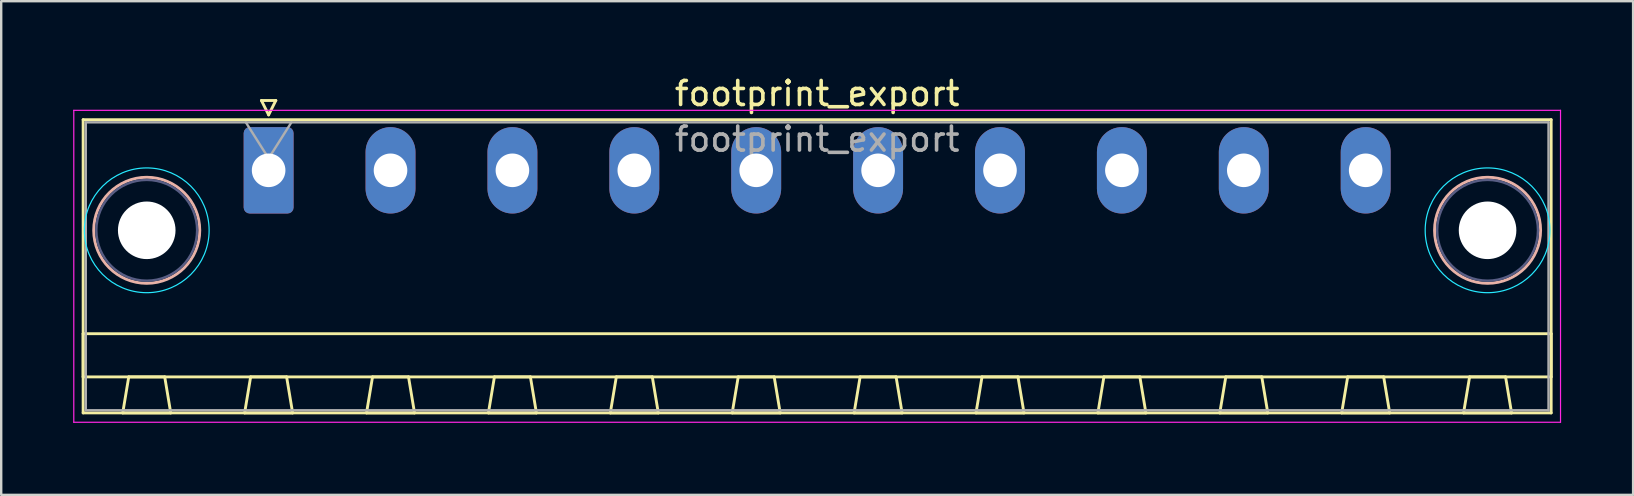
<source format=kicad_pcb>
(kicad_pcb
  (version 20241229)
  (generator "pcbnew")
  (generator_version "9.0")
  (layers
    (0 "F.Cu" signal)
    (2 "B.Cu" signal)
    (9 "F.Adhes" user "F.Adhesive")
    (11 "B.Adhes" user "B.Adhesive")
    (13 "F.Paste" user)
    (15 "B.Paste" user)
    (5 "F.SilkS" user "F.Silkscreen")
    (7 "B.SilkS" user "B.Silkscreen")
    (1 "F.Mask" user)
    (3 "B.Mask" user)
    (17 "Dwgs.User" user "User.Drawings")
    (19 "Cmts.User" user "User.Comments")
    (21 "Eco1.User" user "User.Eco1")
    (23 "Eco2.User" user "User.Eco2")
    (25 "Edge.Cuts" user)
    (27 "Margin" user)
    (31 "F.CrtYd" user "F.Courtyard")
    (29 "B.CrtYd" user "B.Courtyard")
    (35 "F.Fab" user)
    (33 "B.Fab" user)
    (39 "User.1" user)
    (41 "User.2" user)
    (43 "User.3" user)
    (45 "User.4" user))
  (footprint "footprint_export"
    (layer "F.Cu")
    (at 8.145 4.048)
    (property "Reference" "footprint_export" (at 22.86 -3.2 0) (layer "F.SilkS") (effects (font (size 1 1) (thickness 0.15))))
    (attr through_hole)
    (fp_line (start -7.73 -2.11) (end -7.73 10.11) (stroke (width 0.12) (type solid)) (layer "F.SilkS"))
    (fp_line (start -7.73 6.81) (end 53.45 6.81) (stroke (width 0.12) (type solid)) (layer "F.SilkS"))
    (fp_line (start -7.73 8.61) (end -7.73 6.81) (stroke (width 0.12) (type solid)) (layer "F.SilkS"))
    (fp_line (start -7.73 10.11) (end 53.45 10.11) (stroke (width 0.12) (type solid)) (layer "F.SilkS"))
    (fp_line (start -6.08 10.11) (end -4.08 10.11) (stroke (width 0.12) (type solid)) (layer "F.SilkS"))
    (fp_line (start -5.83 8.61) (end -6.08 10.11) (stroke (width 0.12) (type solid)) (layer "F.SilkS"))
    (fp_line (start -4.33 8.61) (end -5.83 8.61) (stroke (width 0.12) (type solid)) (layer "F.SilkS"))
    (fp_line (start -4.08 10.11) (end -4.33 8.61) (stroke (width 0.12) (type solid)) (layer "F.SilkS"))
    (fp_line (start -1 10.11) (end 1 10.11) (stroke (width 0.12) (type solid)) (layer "F.SilkS"))
    (fp_line (start -0.75 8.61) (end -1 10.11) (stroke (width 0.12) (type solid)) (layer "F.SilkS"))
    (fp_line (start -0.3 -2.91) (end 0.3 -2.91) (stroke (width 0.12) (type solid)) (layer "F.SilkS"))
    (fp_line (start 0 -2.31) (end -0.3 -2.91) (stroke (width 0.12) (type solid)) (layer "F.SilkS"))
    (fp_line (start 0.3 -2.91) (end 0 -2.31) (stroke (width 0.12) (type solid)) (layer "F.SilkS"))
    (fp_line (start 0.75 8.61) (end -0.75 8.61) (stroke (width 0.12) (type solid)) (layer "F.SilkS"))
    (fp_line (start 1 10.11) (end 0.75 8.61) (stroke (width 0.12) (type solid)) (layer "F.SilkS"))
    (fp_line (start 4.08 10.11) (end 6.08 10.11) (stroke (width 0.12) (type solid)) (layer "F.SilkS"))
    (fp_line (start 4.33 8.61) (end 4.08 10.11) (stroke (width 0.12) (type solid)) (layer "F.SilkS"))
    (fp_line (start 5.83 8.61) (end 4.33 8.61) (stroke (width 0.12) (type solid)) (layer "F.SilkS"))
    (fp_line (start 6.08 10.11) (end 5.83 8.61) (stroke (width 0.12) (type solid)) (layer "F.SilkS"))
    (fp_line (start 9.16 10.11) (end 11.16 10.11) (stroke (width 0.12) (type solid)) (layer "F.SilkS"))
    (fp_line (start 9.41 8.61) (end 9.16 10.11) (stroke (width 0.12) (type solid)) (layer "F.SilkS"))
    (fp_line (start 10.91 8.61) (end 9.41 8.61) (stroke (width 0.12) (type solid)) (layer "F.SilkS"))
    (fp_line (start 11.16 10.11) (end 10.91 8.61) (stroke (width 0.12) (type solid)) (layer "F.SilkS"))
    (fp_line (start 14.24 10.11) (end 16.24 10.11) (stroke (width 0.12) (type solid)) (layer "F.SilkS"))
    (fp_line (start 14.49 8.61) (end 14.24 10.11) (stroke (width 0.12) (type solid)) (layer "F.SilkS"))
    (fp_line (start 15.99 8.61) (end 14.49 8.61) (stroke (width 0.12) (type solid)) (layer "F.SilkS"))
    (fp_line (start 16.24 10.11) (end 15.99 8.61) (stroke (width 0.12) (type solid)) (layer "F.SilkS"))
    (fp_line (start 19.32 10.11) (end 21.32 10.11) (stroke (width 0.12) (type solid)) (layer "F.SilkS"))
    (fp_line (start 19.57 8.61) (end 19.32 10.11) (stroke (width 0.12) (type solid)) (layer "F.SilkS"))
    (fp_line (start 21.07 8.61) (end 19.57 8.61) (stroke (width 0.12) (type solid)) (layer "F.SilkS"))
    (fp_line (start 21.32 10.11) (end 21.07 8.61) (stroke (width 0.12) (type solid)) (layer "F.SilkS"))
    (fp_line (start 24.4 10.11) (end 26.4 10.11) (stroke (width 0.12) (type solid)) (layer "F.SilkS"))
    (fp_line (start 24.65 8.61) (end 24.4 10.11) (stroke (width 0.12) (type solid)) (layer "F.SilkS"))
    (fp_line (start 26.15 8.61) (end 24.65 8.61) (stroke (width 0.12) (type solid)) (layer "F.SilkS"))
    (fp_line (start 26.4 10.11) (end 26.15 8.61) (stroke (width 0.12) (type solid)) (layer "F.SilkS"))
    (fp_line (start 29.48 10.11) (end 31.48 10.11) (stroke (width 0.12) (type solid)) (layer "F.SilkS"))
    (fp_line (start 29.73 8.61) (end 29.48 10.11) (stroke (width 0.12) (type solid)) (layer "F.SilkS"))
    (fp_line (start 31.23 8.61) (end 29.73 8.61) (stroke (width 0.12) (type solid)) (layer "F.SilkS"))
    (fp_line (start 31.48 10.11) (end 31.23 8.61) (stroke (width 0.12) (type solid)) (layer "F.SilkS"))
    (fp_line (start 34.56 10.11) (end 36.56 10.11) (stroke (width 0.12) (type solid)) (layer "F.SilkS"))
    (fp_line (start 34.81 8.61) (end 34.56 10.11) (stroke (width 0.12) (type solid)) (layer "F.SilkS"))
    (fp_line (start 36.31 8.61) (end 34.81 8.61) (stroke (width 0.12) (type solid)) (layer "F.SilkS"))
    (fp_line (start 36.56 10.11) (end 36.31 8.61) (stroke (width 0.12) (type solid)) (layer "F.SilkS"))
    (fp_line (start 39.64 10.11) (end 41.64 10.11) (stroke (width 0.12) (type solid)) (layer "F.SilkS"))
    (fp_line (start 39.89 8.61) (end 39.64 10.11) (stroke (width 0.12) (type solid)) (layer "F.SilkS"))
    (fp_line (start 41.39 8.61) (end 39.89 8.61) (stroke (width 0.12) (type solid)) (layer "F.SilkS"))
    (fp_line (start 41.64 10.11) (end 41.39 8.61) (stroke (width 0.12) (type solid)) (layer "F.SilkS"))
    (fp_line (start 44.72 10.11) (end 46.72 10.11) (stroke (width 0.12) (type solid)) (layer "F.SilkS"))
    (fp_line (start 44.97 8.61) (end 44.72 10.11) (stroke (width 0.12) (type solid)) (layer "F.SilkS"))
    (fp_line (start 46.47 8.61) (end 44.97 8.61) (stroke (width 0.12) (type solid)) (layer "F.SilkS"))
    (fp_line (start 46.72 10.11) (end 46.47 8.61) (stroke (width 0.12) (type solid)) (layer "F.SilkS"))
    (fp_line (start 49.8 10.11) (end 51.8 10.11) (stroke (width 0.12) (type solid)) (layer "F.SilkS"))
    (fp_line (start 50.05 8.61) (end 49.8 10.11) (stroke (width 0.12) (type solid)) (layer "F.SilkS"))
    (fp_line (start 51.55 8.61) (end 50.05 8.61) (stroke (width 0.12) (type solid)) (layer "F.SilkS"))
    (fp_line (start 51.8 10.11) (end 51.55 8.61) (stroke (width 0.12) (type solid)) (layer "F.SilkS"))
    (fp_line (start 53.45 -2.11) (end -7.73 -2.11) (stroke (width 0.12) (type solid)) (layer "F.SilkS"))
    (fp_line (start 53.45 6.81) (end 53.45 8.61) (stroke (width 0.12) (type solid)) (layer "F.SilkS"))
    (fp_line (start 53.45 8.61) (end -7.73 8.61) (stroke (width 0.12) (type solid)) (layer "F.SilkS"))
    (fp_line (start 53.45 10.11) (end 53.45 -2.11) (stroke (width 0.12) (type solid)) (layer "F.SilkS"))
    (fp_circle (center -5.08 2.5) (end -2.87 2.5) (stroke (width 0.12) (type solid)) (fill no) (layer "B.SilkS"))
    (fp_circle (center 50.8 2.5) (end 53.01 2.5) (stroke (width 0.12) (type solid)) (fill no) (layer "B.SilkS"))
    (fp_circle (center -5.08 2.5) (end -2.48 2.5) (stroke (width 0.05) (type solid)) (fill no) (layer "B.CrtYd"))
    (fp_circle (center 50.8 2.5) (end 53.4 2.5) (stroke (width 0.05) (type solid)) (fill no) (layer "B.CrtYd"))
    (fp_line (start -8.12 -2.5) (end -8.12 10.5) (stroke (width 0.05) (type solid)) (layer "F.CrtYd"))
    (fp_line (start -8.12 10.5) (end 53.84 10.5) (stroke (width 0.05) (type solid)) (layer "F.CrtYd"))
    (fp_line (start 53.84 -2.5) (end -8.12 -2.5) (stroke (width 0.05) (type solid)) (layer "F.CrtYd"))
    (fp_line (start 53.84 10.5) (end 53.84 -2.5) (stroke (width 0.05) (type solid)) (layer "F.CrtYd"))
    (fp_circle (center -5.08 2.5) (end -2.98 2.5) (stroke (width 0.1) (type solid)) (fill no) (layer "B.Fab"))
    (fp_circle (center 50.8 2.5) (end 52.9 2.5) (stroke (width 0.1) (type solid)) (fill no) (layer "B.Fab"))
    (fp_line (start -7.62 -2) (end -7.62 10) (stroke (width 0.1) (type solid)) (layer "F.Fab"))
    (fp_line (start -7.62 10) (end 53.34 10) (stroke (width 0.1) (type solid)) (layer "F.Fab"))
    (fp_line (start 0 -0.5) (end -0.95 -2) (stroke (width 0.1) (type solid)) (layer "F.Fab"))
    (fp_line (start 0.95 -2) (end 0 -0.5) (stroke (width 0.1) (type solid)) (layer "F.Fab"))
    (fp_line (start 53.34 -2) (end -7.62 -2) (stroke (width 0.1) (type solid)) (layer "F.Fab"))
    (fp_line (start 53.34 10) (end 53.34 -2) (stroke (width 0.1) (type solid)) (layer "F.Fab"))
    (fp_text user "${REFERENCE}" (at 22.86 -1.3 0) (layer "F.Fab") (effects (font (size 1 1) (thickness 0.15))))
    (pad "" np_thru_hole circle (at -5.08 2.5) (size 2.4 2.4) (drill 2.4) (layers "*.Cu" "*.Mask"))
    (pad "" np_thru_hole circle (at 50.8 2.5) (size 2.4 2.4) (drill 2.4) (layers "*.Cu" "*.Mask"))
    (pad "1" thru_hole roundrect (at 0 0) (size 2.08 3.6) (drill 1.4) (layers "*.Cu" "*.Mask") (roundrect_rratio 0.12))
    (pad "2" thru_hole oval (at 5.08 0) (size 2.08 3.6) (drill 1.4) (layers "*.Cu" "*.Mask"))
    (pad "3" thru_hole oval (at 10.16 0) (size 2.08 3.6) (drill 1.4) (layers "*.Cu" "*.Mask"))
    (pad "4" thru_hole oval (at 15.24 0) (size 2.08 3.6) (drill 1.4) (layers "*.Cu" "*.Mask"))
    (pad "5" thru_hole oval (at 20.32 0) (size 2.08 3.6) (drill 1.4) (layers "*.Cu" "*.Mask"))
    (pad "6" thru_hole oval (at 25.4 0) (size 2.08 3.6) (drill 1.4) (layers "*.Cu" "*.Mask"))
    (pad "7" thru_hole oval (at 30.48 0) (size 2.08 3.6) (drill 1.4) (layers "*.Cu" "*.Mask"))
    (pad "8" thru_hole oval (at 35.56 0) (size 2.08 3.6) (drill 1.4) (layers "*.Cu" "*.Mask"))
    (pad "9" thru_hole oval (at 40.64 0) (size 2.08 3.6) (drill 1.4) (layers "*.Cu" "*.Mask"))
    (pad "10" thru_hole oval (at 45.72 0) (size 2.08 3.6) (drill 1.4) (layers "*.Cu" "*.Mask")))
  (gr_rect
    (start -3 -3)
    (end 65.01 17.573)
    (stroke (width 0.1) (type default))
    (fill no)
    (layer "Edge.Cuts")))
</source>
